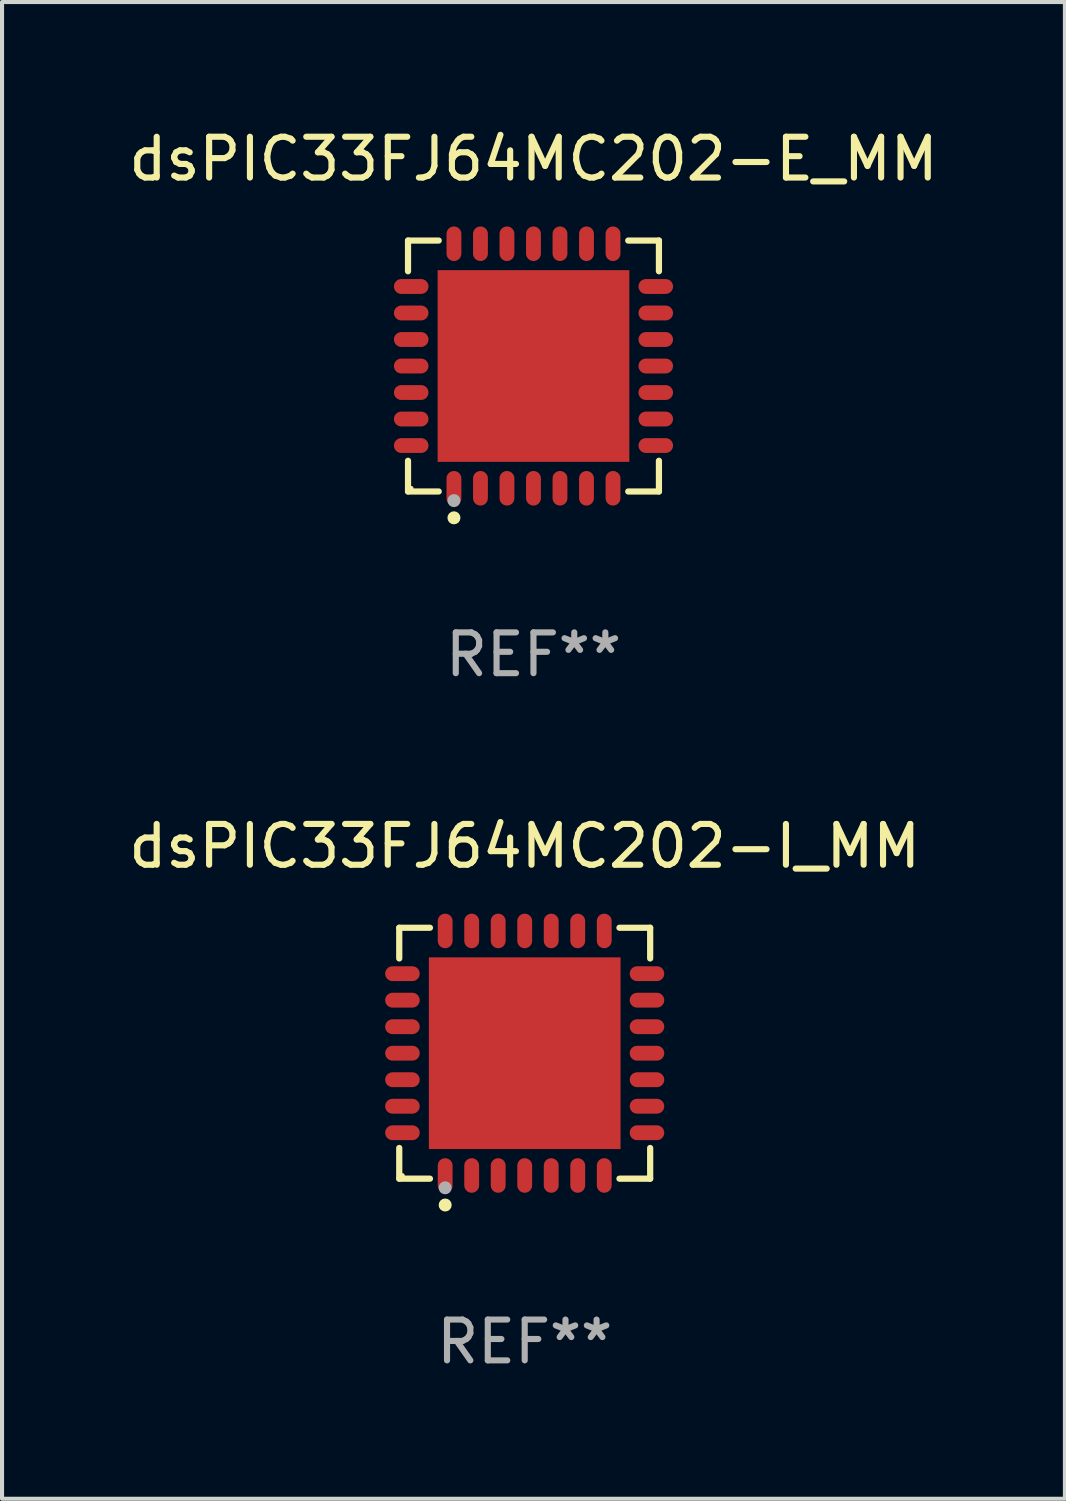
<source format=kicad_pcb>
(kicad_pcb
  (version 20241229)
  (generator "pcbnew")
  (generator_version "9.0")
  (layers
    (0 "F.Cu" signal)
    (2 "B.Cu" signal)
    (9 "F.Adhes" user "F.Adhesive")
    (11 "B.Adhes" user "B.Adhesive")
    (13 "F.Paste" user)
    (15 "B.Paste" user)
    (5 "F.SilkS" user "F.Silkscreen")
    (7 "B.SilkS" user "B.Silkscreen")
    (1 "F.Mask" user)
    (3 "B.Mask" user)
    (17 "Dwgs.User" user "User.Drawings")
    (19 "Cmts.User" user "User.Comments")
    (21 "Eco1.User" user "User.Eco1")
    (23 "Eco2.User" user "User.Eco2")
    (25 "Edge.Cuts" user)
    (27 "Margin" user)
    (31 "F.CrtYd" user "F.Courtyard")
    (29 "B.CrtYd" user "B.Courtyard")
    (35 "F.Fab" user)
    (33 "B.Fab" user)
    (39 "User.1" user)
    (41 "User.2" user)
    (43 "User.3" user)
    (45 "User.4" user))
  (footprint "dsPIC33FJ64MC202-I_MM"
    (layer "F.Cu")
    (at 9.815 22.773)
    (property "Reference" "dsPIC33FJ64MC202-I_MM" (at 0 -5.076 0) (layer "F.SilkS") (effects (font (size 1 1) (thickness 0.15))))
    (attr through_hole)
    (fp_line (start -3.076 -3.076) (end -2.323 -3.076) (stroke (width 0.152) (type solid)) (layer "F.SilkS"))
    (fp_line (start -3.076 -2.323) (end -3.076 -3.076) (stroke (width 0.152) (type solid)) (layer "F.SilkS"))
    (fp_line (start -3.076 2.323) (end -3.076 3.076) (stroke (width 0.152) (type solid)) (layer "F.SilkS"))
    (fp_line (start -3.076 3.076) (end -2.323 3.076) (stroke (width 0.152) (type solid)) (layer "F.SilkS"))
    (fp_line (start 3.076 -3.076) (end 2.323 -3.076) (stroke (width 0.152) (type solid)) (layer "F.SilkS"))
    (fp_line (start 3.076 -2.323) (end 3.076 -3.076) (stroke (width 0.152) (type solid)) (layer "F.SilkS"))
    (fp_line (start 3.076 2.323) (end 3.076 3.076) (stroke (width 0.152) (type solid)) (layer "F.SilkS"))
    (fp_line (start 3.076 3.076) (end 2.323 3.076) (stroke (width 0.152) (type solid)) (layer "F.SilkS"))
    (fp_circle (center -3 3) (end -2.97 3) (stroke (width 0.06) (type solid)) (fill no) (layer "F.SilkS"))
    (fp_circle (center -1.95 3.722) (end -1.87 3.722) (stroke (width 0.16) (type solid)) (fill no) (layer "F.SilkS"))
    (fp_circle (center -1.95 3.3) (end -1.87 3.3) (stroke (width 0.16) (type solid)) (fill no) (layer "F.Fab"))
    (fp_text user "REF**" (at 0 7.076 0) (layer "F.Fab") (effects (font (size 1 1) (thickness 0.15))))
    (pad "1" smd oval (at -1.95 2.998) (size 0.364 0.847) (layers "F.Cu" "F.Mask" "F.Paste"))
    (pad "2" smd oval (at -1.3 2.998) (size 0.364 0.847) (layers "F.Cu" "F.Mask" "F.Paste"))
    (pad "3" smd oval (at -0.65 2.998) (size 0.364 0.847) (layers "F.Cu" "F.Mask" "F.Paste"))
    (pad "4" smd oval (at 0 2.998) (size 0.364 0.847) (layers "F.Cu" "F.Mask" "F.Paste"))
    (pad "5" smd oval (at 0.65 2.998) (size 0.364 0.847) (layers "F.Cu" "F.Mask" "F.Paste"))
    (pad "6" smd oval (at 1.3 2.998) (size 0.364 0.847) (layers "F.Cu" "F.Mask" "F.Paste"))
    (pad "7" smd oval (at 1.95 2.998) (size 0.364 0.847) (layers "F.Cu" "F.Mask" "F.Paste"))
    (pad "8" smd oval (at 2.998 1.95) (size 0.847 0.364) (layers "F.Cu" "F.Mask" "F.Paste"))
    (pad "9" smd oval (at 2.998 1.3) (size 0.847 0.364) (layers "F.Cu" "F.Mask" "F.Paste"))
    (pad "10" smd oval (at 2.998 0.65) (size 0.847 0.364) (layers "F.Cu" "F.Mask" "F.Paste"))
    (pad "11" smd oval (at 2.998 0) (size 0.847 0.364) (layers "F.Cu" "F.Mask" "F.Paste"))
    (pad "12" smd oval (at 2.998 -0.65) (size 0.847 0.364) (layers "F.Cu" "F.Mask" "F.Paste"))
    (pad "13" smd oval (at 2.998 -1.3) (size 0.847 0.364) (layers "F.Cu" "F.Mask" "F.Paste"))
    (pad "14" smd oval (at 2.998 -1.95) (size 0.847 0.364) (layers "F.Cu" "F.Mask" "F.Paste"))
    (pad "15" smd oval (at 1.95 -2.998) (size 0.364 0.847) (layers "F.Cu" "F.Mask" "F.Paste"))
    (pad "16" smd oval (at 1.3 -2.998) (size 0.364 0.847) (layers "F.Cu" "F.Mask" "F.Paste"))
    (pad "17" smd oval (at 0.65 -2.998) (size 0.364 0.847) (layers "F.Cu" "F.Mask" "F.Paste"))
    (pad "18" smd oval (at 0 -2.998) (size 0.364 0.847) (layers "F.Cu" "F.Mask" "F.Paste"))
    (pad "19" smd oval (at -0.65 -2.998) (size 0.364 0.847) (layers "F.Cu" "F.Mask" "F.Paste"))
    (pad "20" smd oval (at -1.3 -2.998) (size 0.364 0.847) (layers "F.Cu" "F.Mask" "F.Paste"))
    (pad "21" smd oval (at -1.95 -2.998) (size 0.364 0.847) (layers "F.Cu" "F.Mask" "F.Paste"))
    (pad "22" smd oval (at -2.998 -1.95) (size 0.847 0.364) (layers "F.Cu" "F.Mask" "F.Paste"))
    (pad "23" smd oval (at -2.998 -1.3) (size 0.847 0.364) (layers "F.Cu" "F.Mask" "F.Paste"))
    (pad "24" smd oval (at -2.998 -0.65) (size 0.847 0.364) (layers "F.Cu" "F.Mask" "F.Paste"))
    (pad "25" smd oval (at -2.998 0) (size 0.847 0.364) (layers "F.Cu" "F.Mask" "F.Paste"))
    (pad "26" smd oval (at -2.998 0.65) (size 0.847 0.364) (layers "F.Cu" "F.Mask" "F.Paste"))
    (pad "27" smd oval (at -2.998 1.3) (size 0.847 0.364) (layers "F.Cu" "F.Mask" "F.Paste"))
    (pad "28" smd oval (at -2.998 1.95) (size 0.847 0.364) (layers "F.Cu" "F.Mask" "F.Paste"))
    (pad "29" smd rect (at 0 0) (size 4.7 4.7) (layers "F.Cu" "F.Mask" "F.Paste")))
  (footprint "dsPIC33FJ64MC202-E_MM"
    (layer "F.Cu")
    (at 10.03 5.924)
    (property "Reference" "dsPIC33FJ64MC202-E_MM" (at 0 -5.076 0) (layer "F.SilkS") (effects (font (size 1 1) (thickness 0.15))))
    (attr through_hole)
    (fp_line (start -3.076 -3.076) (end -2.323 -3.076) (stroke (width 0.152) (type solid)) (layer "F.SilkS"))
    (fp_line (start -3.076 -2.323) (end -3.076 -3.076) (stroke (width 0.152) (type solid)) (layer "F.SilkS"))
    (fp_line (start -3.076 2.323) (end -3.076 3.076) (stroke (width 0.152) (type solid)) (layer "F.SilkS"))
    (fp_line (start -3.076 3.076) (end -2.323 3.076) (stroke (width 0.152) (type solid)) (layer "F.SilkS"))
    (fp_line (start 3.076 -3.076) (end 2.323 -3.076) (stroke (width 0.152) (type solid)) (layer "F.SilkS"))
    (fp_line (start 3.076 -2.323) (end 3.076 -3.076) (stroke (width 0.152) (type solid)) (layer "F.SilkS"))
    (fp_line (start 3.076 2.323) (end 3.076 3.076) (stroke (width 0.152) (type solid)) (layer "F.SilkS"))
    (fp_line (start 3.076 3.076) (end 2.323 3.076) (stroke (width 0.152) (type solid)) (layer "F.SilkS"))
    (fp_circle (center -3 3) (end -2.97 3) (stroke (width 0.06) (type solid)) (fill no) (layer "F.SilkS"))
    (fp_circle (center -1.95 3.722) (end -1.87 3.722) (stroke (width 0.16) (type solid)) (fill no) (layer "F.SilkS"))
    (fp_circle (center -1.95 3.3) (end -1.87 3.3) (stroke (width 0.16) (type solid)) (fill no) (layer "F.Fab"))
    (fp_text user "REF**" (at 0 7.076 0) (layer "F.Fab") (effects (font (size 1 1) (thickness 0.15))))
    (pad "1" smd oval (at -1.95 2.998) (size 0.364 0.847) (layers "F.Cu" "F.Mask" "F.Paste"))
    (pad "2" smd oval (at -1.3 2.998) (size 0.364 0.847) (layers "F.Cu" "F.Mask" "F.Paste"))
    (pad "3" smd oval (at -0.65 2.998) (size 0.364 0.847) (layers "F.Cu" "F.Mask" "F.Paste"))
    (pad "4" smd oval (at 0 2.998) (size 0.364 0.847) (layers "F.Cu" "F.Mask" "F.Paste"))
    (pad "5" smd oval (at 0.65 2.998) (size 0.364 0.847) (layers "F.Cu" "F.Mask" "F.Paste"))
    (pad "6" smd oval (at 1.3 2.998) (size 0.364 0.847) (layers "F.Cu" "F.Mask" "F.Paste"))
    (pad "7" smd oval (at 1.95 2.998) (size 0.364 0.847) (layers "F.Cu" "F.Mask" "F.Paste"))
    (pad "8" smd oval (at 2.998 1.95) (size 0.847 0.364) (layers "F.Cu" "F.Mask" "F.Paste"))
    (pad "9" smd oval (at 2.998 1.3) (size 0.847 0.364) (layers "F.Cu" "F.Mask" "F.Paste"))
    (pad "10" smd oval (at 2.998 0.65) (size 0.847 0.364) (layers "F.Cu" "F.Mask" "F.Paste"))
    (pad "11" smd oval (at 2.998 0) (size 0.847 0.364) (layers "F.Cu" "F.Mask" "F.Paste"))
    (pad "12" smd oval (at 2.998 -0.65) (size 0.847 0.364) (layers "F.Cu" "F.Mask" "F.Paste"))
    (pad "13" smd oval (at 2.998 -1.3) (size 0.847 0.364) (layers "F.Cu" "F.Mask" "F.Paste"))
    (pad "14" smd oval (at 2.998 -1.95) (size 0.847 0.364) (layers "F.Cu" "F.Mask" "F.Paste"))
    (pad "15" smd oval (at 1.95 -2.998) (size 0.364 0.847) (layers "F.Cu" "F.Mask" "F.Paste"))
    (pad "16" smd oval (at 1.3 -2.998) (size 0.364 0.847) (layers "F.Cu" "F.Mask" "F.Paste"))
    (pad "17" smd oval (at 0.65 -2.998) (size 0.364 0.847) (layers "F.Cu" "F.Mask" "F.Paste"))
    (pad "18" smd oval (at 0 -2.998) (size 0.364 0.847) (layers "F.Cu" "F.Mask" "F.Paste"))
    (pad "19" smd oval (at -0.65 -2.998) (size 0.364 0.847) (layers "F.Cu" "F.Mask" "F.Paste"))
    (pad "20" smd oval (at -1.3 -2.998) (size 0.364 0.847) (layers "F.Cu" "F.Mask" "F.Paste"))
    (pad "21" smd oval (at -1.95 -2.998) (size 0.364 0.847) (layers "F.Cu" "F.Mask" "F.Paste"))
    (pad "22" smd oval (at -2.998 -1.95) (size 0.847 0.364) (layers "F.Cu" "F.Mask" "F.Paste"))
    (pad "23" smd oval (at -2.998 -1.3) (size 0.847 0.364) (layers "F.Cu" "F.Mask" "F.Paste"))
    (pad "24" smd oval (at -2.998 -0.65) (size 0.847 0.364) (layers "F.Cu" "F.Mask" "F.Paste"))
    (pad "25" smd oval (at -2.998 0) (size 0.847 0.364) (layers "F.Cu" "F.Mask" "F.Paste"))
    (pad "26" smd oval (at -2.998 0.65) (size 0.847 0.364) (layers "F.Cu" "F.Mask" "F.Paste"))
    (pad "27" smd oval (at -2.998 1.3) (size 0.847 0.364) (layers "F.Cu" "F.Mask" "F.Paste"))
    (pad "28" smd oval (at -2.998 1.95) (size 0.847 0.364) (layers "F.Cu" "F.Mask" "F.Paste"))
    (pad "29" smd rect (at 0 0) (size 4.7 4.7) (layers "F.Cu" "F.Mask" "F.Paste")))
  (gr_rect
    (start -3 -3)
    (end 23.06 33.698)
    (stroke (width 0.1) (type default))
    (fill no)
    (layer "Edge.Cuts")))
</source>
